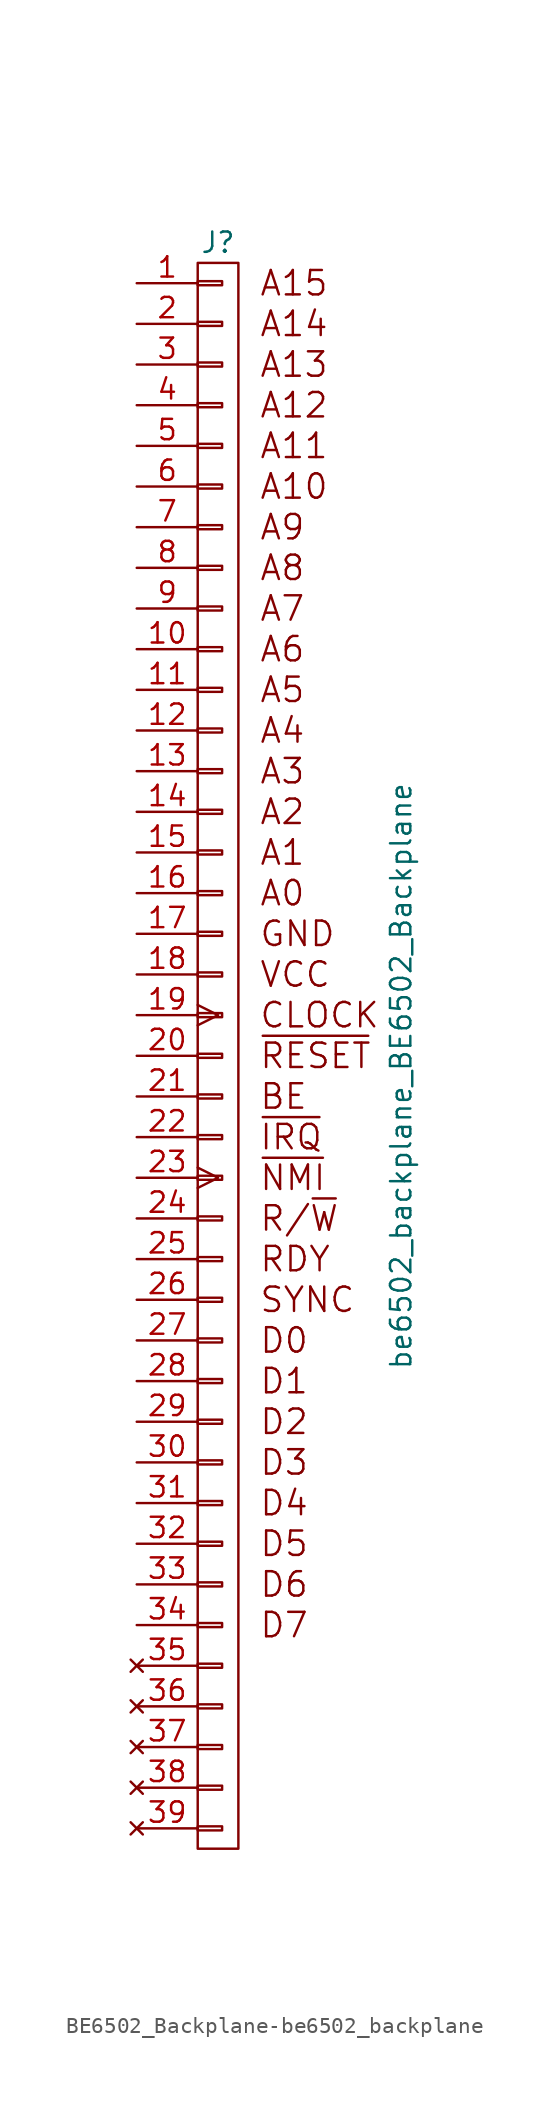
<source format=kicad_sym>
(kicad_symbol_lib
  (version 20231120)
  (generator "kicad_symbol_editor")
  (generator_version "8.0")
  (symbol "BE6502_Backplane-be6502_backplane"
    (pin_names
      (offset 1.016) hide)
    (property "Reference" "J"
      (at 0 50.8 0)
      (effects (font (size 1.27 1.27))))
    (property "Value" "be6502_backplane_BE6502_Backplane"
      (at 11.43 -1.27 90)
      (effects (font (size 1.27 1.27))))
    (symbol "BE6502_Backplane-be6502_backplane_0_0"
      (text "A0" (at 2.54 10.16 0) (effects (font (size 1.524 1.524)) (justify left)))
      (text "A1" (at 2.54 12.7 0) (effects (font (size 1.524 1.524)) (justify left)))
      (text "A10" (at 2.54 35.56 0) (effects (font (size 1.524 1.524)) (justify left)))
      (text "A11" (at 2.54 38.1 0) (effects (font (size 1.524 1.524)) (justify left)))
      (text "A12" (at 2.54 40.64 0) (effects (font (size 1.524 1.524)) (justify left)))
      (text "A13" (at 2.54 43.18 0) (effects (font (size 1.524 1.524)) (justify left)))
      (text "A14" (at 2.54 45.72 0) (effects (font (size 1.524 1.524)) (justify left)))
      (text "A15" (at 2.54 48.26 0) (effects (font (size 1.524 1.524)) (justify left)))
      (text "A2" (at 2.54 15.24 0) (effects (font (size 1.524 1.524)) (justify left)))
      (text "A3" (at 2.54 17.78 0) (effects (font (size 1.524 1.524)) (justify left)))
      (text "A4" (at 2.54 20.32 0) (effects (font (size 1.524 1.524)) (justify left)))
      (text "A5" (at 2.54 22.86 0) (effects (font (size 1.524 1.524)) (justify left)))
      (text "A6" (at 2.54 25.4 0) (effects (font (size 1.524 1.524)) (justify left)))
      (text "A7" (at 2.54 27.94 0) (effects (font (size 1.524 1.524)) (justify left)))
      (text "A8" (at 2.54 30.48 0) (effects (font (size 1.524 1.524)) (justify left)))
      (text "A9" (at 2.54 33.02 0) (effects (font (size 1.524 1.524)) (justify left)))
      (text "CLOCK" (at 2.54 2.54 0) (effects (font (size 1.524 1.524)) (justify left)))
      (text "D0" (at 2.54 -17.78 0) (effects (font (size 1.524 1.524)) (justify left)))
      (text "D1" (at 2.54 -20.32 0) (effects (font (size 1.524 1.524)) (justify left)))
      (text "D2" (at 2.54 -22.86 0) (effects (font (size 1.524 1.524)) (justify left)))
      (text "D3" (at 2.54 -25.4 0) (effects (font (size 1.524 1.524)) (justify left)))
      (text "D4" (at 2.54 -27.94 0) (effects (font (size 1.524 1.524)) (justify left)))
      (text "D5" (at 2.54 -30.48 0) (effects (font (size 1.524 1.524)) (justify left)))
      (text "D6" (at 2.54 -33.02 0) (effects (font (size 1.524 1.524)) (justify left)))
      (text "D7" (at 2.54 -35.56 0) (effects (font (size 1.524 1.524)) (justify left)))
      (text "GND" (at 2.54 7.62 0) (effects (font (size 1.524 1.524)) (justify left)))
      (text "R/~{W}" (at 2.54 -10.16 0) (effects (font (size 1.524 1.524)) (justify left)))
      (text "RDY" (at 2.54 -12.7 0) (effects (font (size 1.524 1.524)) (justify left)))
      (text "SYNC" (at 2.54 -15.24 0) (effects (font (size 1.524 1.524)) (justify left)))
      (text "VCC" (at 2.54 5.08 0) (effects (font (size 1.524 1.524)) (justify left)))
      (text "~{IRQ}" (at 2.54 -5.08 0) (effects (font (size 1.524 1.524)) (justify left)))
      (text "~{NMI}" (at 2.54 -7.62 0) (effects (font (size 1.524 1.524)) (justify left)))
      (text "~{RESET}" (at 2.54 0 0) (effects (font (size 1.524 1.524)) (justify left))))
    (symbol "BE6502_Backplane-be6502_backplane_0_1"
      (rectangle (start -1.27 -49.53) (end 1.27 49.53) (stroke (width 0) (type solid)) (fill (type none)))
      (rectangle (start -1.27 -48.133) (end 0.254 -48.387) (stroke (width 0) (type solid)) (fill (type none)))
      (rectangle (start -1.27 -45.593) (end 0.254 -45.847) (stroke (width 0) (type solid)) (fill (type none)))
      (rectangle (start -1.27 -43.053) (end 0.254 -43.307) (stroke (width 0) (type solid)) (fill (type none)))
      (rectangle (start -1.27 -40.513) (end 0.254 -40.767) (stroke (width 0) (type solid)) (fill (type none)))
      (rectangle (start -1.27 -37.973) (end 0.254 -38.227) (stroke (width 0) (type solid)) (fill (type none)))
      (rectangle (start -1.27 -35.433) (end 0.254 -35.687) (stroke (width 0) (type solid)) (fill (type none)))
      (rectangle (start -1.27 -32.893) (end 0.254 -33.147) (stroke (width 0) (type solid)) (fill (type none)))
      (rectangle (start -1.27 -30.353) (end 0.254 -30.607) (stroke (width 0) (type solid)) (fill (type none)))
      (rectangle (start -1.27 -27.813) (end 0.254 -28.067) (stroke (width 0) (type solid)) (fill (type none)))
      (rectangle (start -1.27 -25.273) (end 0.254 -25.527) (stroke (width 0) (type solid)) (fill (type none)))
      (rectangle (start -1.27 -22.733) (end 0.254 -22.987) (stroke (width 0) (type solid)) (fill (type none)))
      (rectangle (start -1.27 -20.193) (end 0.254 -20.447) (stroke (width 0) (type solid)) (fill (type none)))
      (rectangle (start -1.27 -17.653) (end 0.254 -17.907) (stroke (width 0) (type solid)) (fill (type none)))
      (rectangle (start -1.27 -15.113) (end 0.254 -15.367) (stroke (width 0) (type solid)) (fill (type none)))
      (rectangle (start -1.27 -12.573) (end 0.254 -12.827) (stroke (width 0) (type solid)) (fill (type none)))
      (rectangle (start -1.27 -10.033) (end 0.254 -10.287) (stroke (width 0) (type solid)) (fill (type none)))
      (rectangle (start -1.27 -7.493) (end 0.254 -7.747) (stroke (width 0) (type solid)) (fill (type none)))
      (rectangle (start -1.27 -4.953) (end 0.254 -5.207) (stroke (width 0) (type solid)) (fill (type none)))
      (rectangle (start -1.27 -2.413) (end 0.254 -2.667) (stroke (width 0) (type solid)) (fill (type none)))
      (rectangle (start -1.27 0.127) (end 0.254 -0.127) (stroke (width 0) (type solid)) (fill (type none)))
      (rectangle (start -1.27 2.667) (end 0.254 2.413) (stroke (width 0) (type solid)) (fill (type none)))
      (rectangle (start -1.27 5.207) (end 0.254 4.953) (stroke (width 0) (type solid)) (fill (type none)))
      (rectangle (start -1.27 7.747) (end 0.254 7.493) (stroke (width 0) (type solid)) (fill (type none)))
      (rectangle (start -1.27 10.287) (end 0.254 10.033) (stroke (width 0) (type solid)) (fill (type none)))
      (rectangle (start -1.27 12.827) (end 0.254 12.573) (stroke (width 0) (type solid)) (fill (type none)))
      (rectangle (start -1.27 15.367) (end 0.254 15.113) (stroke (width 0) (type solid)) (fill (type none)))
      (rectangle (start -1.27 17.907) (end 0.254 17.653) (stroke (width 0) (type solid)) (fill (type none)))
      (rectangle (start -1.27 20.447) (end 0.254 20.193) (stroke (width 0) (type solid)) (fill (type none)))
      (rectangle (start -1.27 22.987) (end 0.254 22.733) (stroke (width 0) (type solid)) (fill (type none)))
      (rectangle (start -1.27 25.527) (end 0.254 25.273) (stroke (width 0) (type solid)) (fill (type none)))
      (rectangle (start -1.27 28.067) (end 0.254 27.813) (stroke (width 0) (type solid)) (fill (type none)))
      (rectangle (start -1.27 30.607) (end 0.254 30.353) (stroke (width 0) (type solid)) (fill (type none)))
      (rectangle (start -1.27 33.147) (end 0.254 32.893) (stroke (width 0) (type solid)) (fill (type none)))
      (rectangle (start -1.27 35.687) (end 0.254 35.433) (stroke (width 0) (type solid)) (fill (type none)))
      (rectangle (start -1.27 38.227) (end 0.254 37.973) (stroke (width 0) (type solid)) (fill (type none)))
      (rectangle (start -1.27 40.767) (end 0.254 40.513) (stroke (width 0) (type solid)) (fill (type none)))
      (rectangle (start -1.27 43.307) (end 0.254 43.053) (stroke (width 0) (type solid)) (fill (type none)))
      (rectangle (start -1.27 45.847) (end 0.254 45.593) (stroke (width 0) (type solid)) (fill (type none)))
      (rectangle (start -1.27 48.387) (end 0.254 48.133) (stroke (width 0) (type solid)) (fill (type none))))
    (symbol "BE6502_Backplane-be6502_backplane_1_1"
      (text "BE" (at 2.54 -2.54 0) (effects (font (size 1.524 1.524)) (justify left)))
      (pin bidirectional line (at -5.08 48.26 0) (length 3.81) (name "A15" (effects (font (size 1.27 1.27)))) (number "1" (effects (font (size 1.27 1.27)))))
      (pin bidirectional line (at -5.08 25.4 0) (length 3.81) (name "A6" (effects (font (size 1.27 1.27)))) (number "10" (effects (font (size 1.27 1.27)))))
      (pin bidirectional line (at -5.08 22.86 0) (length 3.81) (name "A5" (effects (font (size 1.27 1.27)))) (number "11" (effects (font (size 1.27 1.27)))))
      (pin bidirectional line (at -5.08 20.32 0) (length 3.81) (name "A4" (effects (font (size 1.27 1.27)))) (number "12" (effects (font (size 1.27 1.27)))))
      (pin bidirectional line (at -5.08 17.78 0) (length 3.81) (name "A3" (effects (font (size 1.27 1.27)))) (number "13" (effects (font (size 1.27 1.27)))))
      (pin bidirectional line (at -5.08 15.24 0) (length 3.81) (name "A2" (effects (font (size 1.27 1.27)))) (number "14" (effects (font (size 1.27 1.27)))))
      (pin bidirectional line (at -5.08 12.7 0) (length 3.81) (name "A1" (effects (font (size 1.27 1.27)))) (number "15" (effects (font (size 1.27 1.27)))))
      (pin bidirectional line (at -5.08 10.16 0) (length 3.81) (name "A0" (effects (font (size 1.27 1.27)))) (number "16" (effects (font (size 1.27 1.27)))))
      (pin power_out line (at -5.08 7.62 0) (length 3.81) (name "P17" (effects (font (size 1.27 1.27)))) (number "17" (effects (font (size 1.27 1.27)))))
      (pin power_out line (at -5.08 5.08 0) (length 3.81) (name "P18" (effects (font (size 1.27 1.27)))) (number "18" (effects (font (size 1.27 1.27)))))
      (pin bidirectional clock (at -5.08 2.54 0) (length 3.81) (name "PHI2" (effects (font (size 1.27 1.27)))) (number "19" (effects (font (size 1.27 1.27)))))
      (pin bidirectional line (at -5.08 45.72 0) (length 3.81) (name "A14" (effects (font (size 1.27 1.27)))) (number "2" (effects (font (size 1.27 1.27)))))
      (pin bidirectional line (at -5.08 0 0) (length 3.81) (name "RESET" (effects (font (size 1.27 1.27)))) (number "20" (effects (font (size 1.27 1.27)))))
      (pin bidirectional line (at -5.08 -2.54 0) (length 3.81) (name "BE" (effects (font (size 1.27 1.27)))) (number "21" (effects (font (size 1.27 1.27)))))
      (pin bidirectional line (at -5.08 -5.08 0) (length 3.81) (name "IRQ" (effects (font (size 1.27 1.27)))) (number "22" (effects (font (size 1.27 1.27)))))
      (pin bidirectional clock (at -5.08 -7.62 0) (length 3.81) (name "PHI1" (effects (font (size 1.27 1.27)))) (number "23" (effects (font (size 1.27 1.27)))))
      (pin bidirectional line (at -5.08 -10.16 0) (length 3.81) (name "RW" (effects (font (size 1.27 1.27)))) (number "24" (effects (font (size 1.27 1.27)))))
      (pin bidirectional line (at -5.08 -12.7 0) (length 3.81) (name "READY" (effects (font (size 1.27 1.27)))) (number "25" (effects (font (size 1.27 1.27)))))
      (pin bidirectional line (at -5.08 -15.24 0) (length 3.81) (name "SYNC" (effects (font (size 1.27 1.27)))) (number "26" (effects (font (size 1.27 1.27)))))
      (pin bidirectional line (at -5.08 -17.78 0) (length 3.81) (name "D0" (effects (font (size 1.27 1.27)))) (number "27" (effects (font (size 1.27 1.27)))))
      (pin bidirectional line (at -5.08 -20.32 0) (length 3.81) (name "D1" (effects (font (size 1.27 1.27)))) (number "28" (effects (font (size 1.27 1.27)))))
      (pin bidirectional line (at -5.08 -22.86 0) (length 3.81) (name "D2" (effects (font (size 1.27 1.27)))) (number "29" (effects (font (size 1.27 1.27)))))
      (pin bidirectional line (at -5.08 43.18 0) (length 3.81) (name "A13" (effects (font (size 1.27 1.27)))) (number "3" (effects (font (size 1.27 1.27)))))
      (pin bidirectional line (at -5.08 -25.4 0) (length 3.81) (name "D3" (effects (font (size 1.27 1.27)))) (number "30" (effects (font (size 1.27 1.27)))))
      (pin bidirectional line (at -5.08 -27.94 0) (length 3.81) (name "D4" (effects (font (size 1.27 1.27)))) (number "31" (effects (font (size 1.27 1.27)))))
      (pin bidirectional line (at -5.08 -30.48 0) (length 3.81) (name "D5" (effects (font (size 1.27 1.27)))) (number "32" (effects (font (size 1.27 1.27)))))
      (pin bidirectional line (at -5.08 -33.02 0) (length 3.81) (name "D6" (effects (font (size 1.27 1.27)))) (number "33" (effects (font (size 1.27 1.27)))))
      (pin bidirectional line (at -5.08 -35.56 0) (length 3.81) (name "D7" (effects (font (size 1.27 1.27)))) (number "34" (effects (font (size 1.27 1.27)))))
      (pin no_connect line (at -5.08 -38.1 0) (length 3.81) (name "TX" (effects (font (size 1.27 1.27)))) (number "35" (effects (font (size 1.27 1.27)))))
      (pin no_connect line (at -5.08 -40.64 0) (length 3.81) (name "RX" (effects (font (size 1.27 1.27)))) (number "36" (effects (font (size 1.27 1.27)))))
      (pin no_connect line (at -5.08 -43.18 0) (length 3.81) (name "NMI" (effects (font (size 1.27 1.27)))) (number "37" (effects (font (size 1.27 1.27)))))
      (pin no_connect line (at -5.08 -45.72 0) (length 3.81) (name "P38" (effects (font (size 1.27 1.27)))) (number "38" (effects (font (size 1.27 1.27)))))
      (pin no_connect line (at -5.08 -48.26 0) (length 3.81) (name "P39" (effects (font (size 1.27 1.27)))) (number "39" (effects (font (size 1.27 1.27)))))
      (pin bidirectional line (at -5.08 40.64 0) (length 3.81) (name "A12" (effects (font (size 1.27 1.27)))) (number "4" (effects (font (size 1.27 1.27)))))
      (pin bidirectional line (at -5.08 38.1 0) (length 3.81) (name "A11" (effects (font (size 1.27 1.27)))) (number "5" (effects (font (size 1.27 1.27)))))
      (pin bidirectional line (at -5.08 35.56 0) (length 3.81) (name "A10" (effects (font (size 1.27 1.27)))) (number "6" (effects (font (size 1.27 1.27)))))
      (pin bidirectional line (at -5.08 33.02 0) (length 3.81) (name "A9" (effects (font (size 1.27 1.27)))) (number "7" (effects (font (size 1.27 1.27)))))
      (pin bidirectional line (at -5.08 30.48 0) (length 3.81) (name "A8" (effects (font (size 1.27 1.27)))) (number "8" (effects (font (size 1.27 1.27)))))
      (pin bidirectional line (at -5.08 27.94 0) (length 3.81) (name "A7" (effects (font (size 1.27 1.27)))) (number "9" (effects (font (size 1.27 1.27))))))))
</source>
